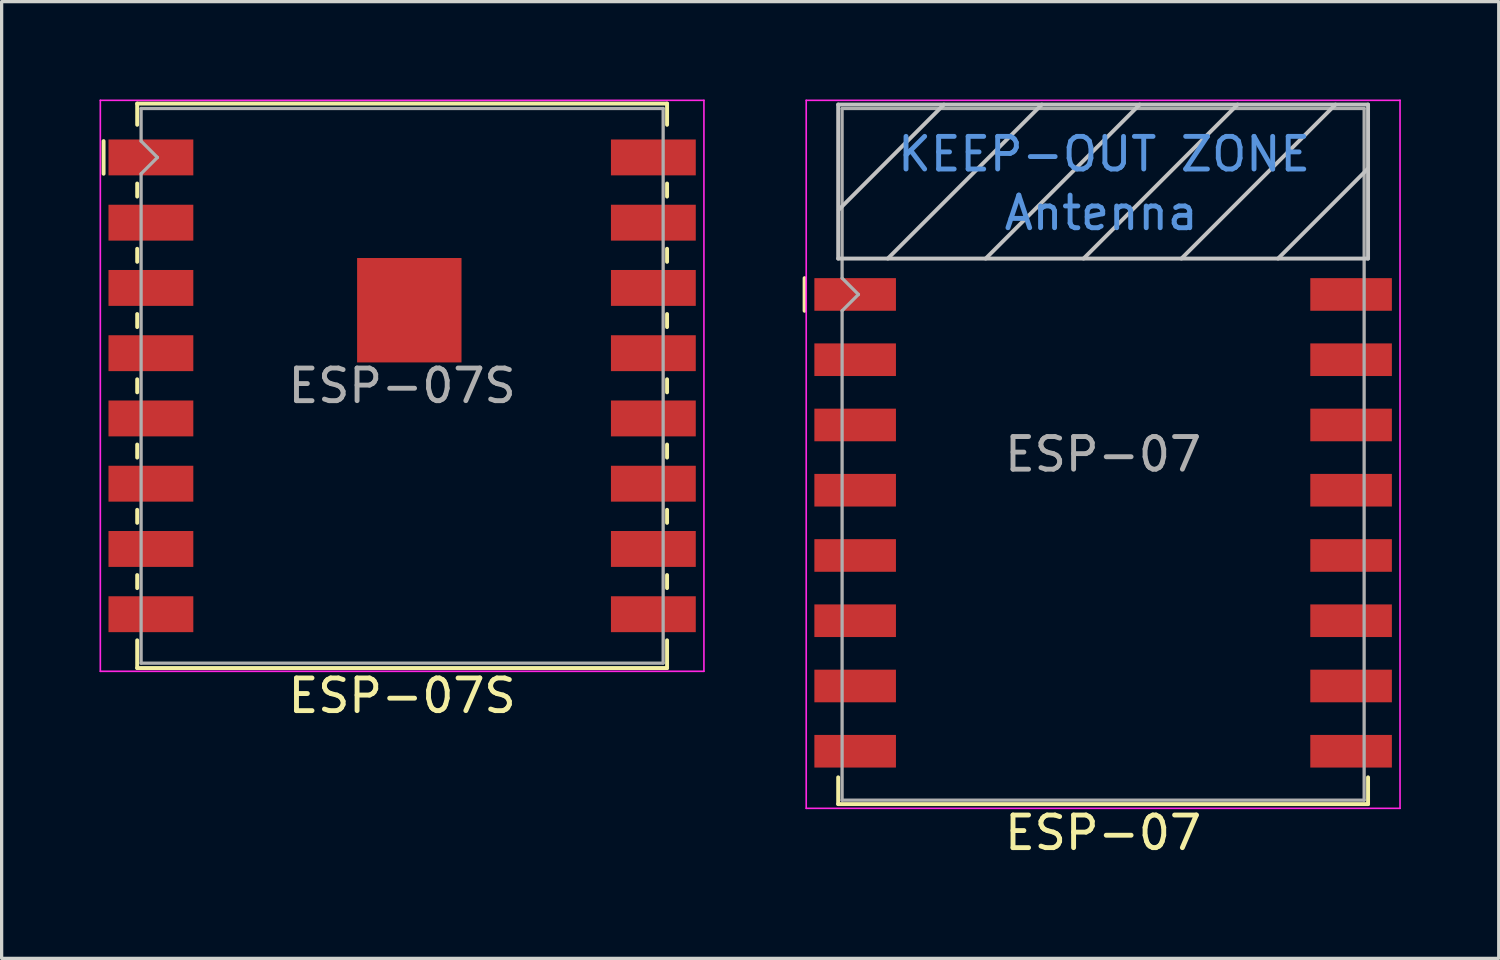
<source format=kicad_pcb>
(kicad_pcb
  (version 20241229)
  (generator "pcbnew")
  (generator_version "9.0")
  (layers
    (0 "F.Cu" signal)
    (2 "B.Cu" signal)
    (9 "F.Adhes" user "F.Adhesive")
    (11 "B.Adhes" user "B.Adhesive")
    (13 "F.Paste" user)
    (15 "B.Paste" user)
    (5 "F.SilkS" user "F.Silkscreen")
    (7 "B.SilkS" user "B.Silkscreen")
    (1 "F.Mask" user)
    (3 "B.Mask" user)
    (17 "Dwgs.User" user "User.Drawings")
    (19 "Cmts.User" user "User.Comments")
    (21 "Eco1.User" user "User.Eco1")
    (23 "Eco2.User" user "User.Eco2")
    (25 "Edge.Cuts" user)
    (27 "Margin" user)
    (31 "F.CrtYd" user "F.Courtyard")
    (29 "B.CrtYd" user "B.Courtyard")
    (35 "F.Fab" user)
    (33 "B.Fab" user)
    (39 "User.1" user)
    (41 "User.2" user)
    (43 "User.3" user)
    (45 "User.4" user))
  (footprint "ESP-07S"
    (layer "F.Cu")
    (at 9.275 8.775)
    (property "Reference" "ESP-07S" (at 0 9.5 0) (layer "F.SilkS") (effects (font (size 1 1) (thickness 0.15))))
    (attr smd)
    (fp_line (start -9.15 -7.5) (end -9.15 -6.5) (stroke (width 0.12) (type solid)) (layer "F.SilkS"))
    (fp_line (start -8.12 -8.65) (end 8.12 -8.65) (stroke (width 0.12) (type solid)) (layer "F.SilkS"))
    (fp_line (start -8.12 -8) (end -8.12 -8.65) (stroke (width 0.12) (type solid)) (layer "F.SilkS"))
    (fp_line (start -8.12 -5.8) (end -8.12 -6.2) (stroke (width 0.12) (type solid)) (layer "F.SilkS"))
    (fp_line (start -8.12 -3.8) (end -8.12 -4.2) (stroke (width 0.12) (type solid)) (layer "F.SilkS"))
    (fp_line (start -8.12 -1.8) (end -8.12 -2.2) (stroke (width 0.12) (type solid)) (layer "F.SilkS"))
    (fp_line (start -8.12 0.2) (end -8.12 -0.2) (stroke (width 0.12) (type solid)) (layer "F.SilkS"))
    (fp_line (start -8.12 2.2) (end -8.12 1.8) (stroke (width 0.12) (type solid)) (layer "F.SilkS"))
    (fp_line (start -8.12 4.2) (end -8.12 3.8) (stroke (width 0.12) (type solid)) (layer "F.SilkS"))
    (fp_line (start -8.12 6.2) (end -8.12 5.8) (stroke (width 0.12) (type solid)) (layer "F.SilkS"))
    (fp_line (start -8.12 8.65) (end -8.12 7.8) (stroke (width 0.12) (type solid)) (layer "F.SilkS"))
    (fp_line (start 8.12 -8.65) (end 8.12 -8) (stroke (width 0.12) (type solid)) (layer "F.SilkS"))
    (fp_line (start 8.12 -5.8) (end 8.12 -6.2) (stroke (width 0.12) (type solid)) (layer "F.SilkS"))
    (fp_line (start 8.12 -3.8) (end 8.12 -4.2) (stroke (width 0.12) (type solid)) (layer "F.SilkS"))
    (fp_line (start 8.12 -1.8) (end 8.12 -2.2) (stroke (width 0.12) (type solid)) (layer "F.SilkS"))
    (fp_line (start 8.12 0.2) (end 8.12 -0.2) (stroke (width 0.12) (type solid)) (layer "F.SilkS"))
    (fp_line (start 8.12 2.2) (end 8.12 1.8) (stroke (width 0.12) (type solid)) (layer "F.SilkS"))
    (fp_line (start 8.12 4.2) (end 8.12 3.8) (stroke (width 0.12) (type solid)) (layer "F.SilkS"))
    (fp_line (start 8.12 6.2) (end 8.12 5.8) (stroke (width 0.12) (type solid)) (layer "F.SilkS"))
    (fp_line (start 8.12 7.8) (end 8.12 8.65) (stroke (width 0.12) (type solid)) (layer "F.SilkS"))
    (fp_line (start 8.12 8.65) (end -8.12 8.65) (stroke (width 0.12) (type solid)) (layer "F.SilkS"))
    (fp_line (start -9.25 -8.75) (end 9.25 -8.75) (stroke (width 0.05) (type solid)) (layer "F.CrtYd"))
    (fp_line (start -9.25 8.75) (end -9.25 -8.75) (stroke (width 0.05) (type solid)) (layer "F.CrtYd"))
    (fp_line (start 9.25 -8.75) (end 9.25 8.75) (stroke (width 0.05) (type solid)) (layer "F.CrtYd"))
    (fp_line (start 9.25 8.75) (end -9.25 8.75) (stroke (width 0.05) (type solid)) (layer "F.CrtYd"))
    (fp_line (start -8 -8.5) (end 8 -8.5) (stroke (width 0.1) (type solid)) (layer "F.Fab"))
    (fp_line (start -8 -7.5) (end -8 -8.5) (stroke (width 0.1) (type solid)) (layer "F.Fab"))
    (fp_line (start -8 -6.5) (end -7.5 -7) (stroke (width 0.1) (type solid)) (layer "F.Fab"))
    (fp_line (start -8 8.5) (end -8 -6.5) (stroke (width 0.1) (type solid)) (layer "F.Fab"))
    (fp_line (start -7.5 -7) (end -8 -7.5) (stroke (width 0.1) (type solid)) (layer "F.Fab"))
    (fp_line (start 8 -8.5) (end 8 8.5) (stroke (width 0.1) (type solid)) (layer "F.Fab"))
    (fp_line (start 8 8.5) (end -8 8.5) (stroke (width 0.1) (type solid)) (layer "F.Fab"))
    (fp_text user "${REFERENCE}" (at 0 0 0) (layer "F.Fab") (effects (font (size 1 1) (thickness 0.15))))
    (pad "1" smd rect (at -7.7 -7) (size 2.6 1.1) (layers "F.Cu" "F.Mask" "F.Paste"))
    (pad "2" smd rect (at -7.7 -5) (size 2.6 1.1) (layers "F.Cu" "F.Mask" "F.Paste"))
    (pad "3" smd rect (at -7.7 -3) (size 2.6 1.1) (layers "F.Cu" "F.Mask" "F.Paste"))
    (pad "4" smd rect (at -7.7 -1) (size 2.6 1.1) (layers "F.Cu" "F.Mask" "F.Paste"))
    (pad "5" smd rect (at -7.7 1) (size 2.6 1.1) (layers "F.Cu" "F.Mask" "F.Paste"))
    (pad "6" smd rect (at -7.7 3) (size 2.6 1.1) (layers "F.Cu" "F.Mask" "F.Paste"))
    (pad "7" smd rect (at -7.7 5) (size 2.6 1.1) (layers "F.Cu" "F.Mask" "F.Paste"))
    (pad "8" smd rect (at -7.7 7) (size 2.6 1.1) (layers "F.Cu" "F.Mask" "F.Paste"))
    (pad "9" smd rect (at 7.7 7) (size 2.6 1.1) (layers "F.Cu" "F.Mask" "F.Paste"))
    (pad "10" smd rect (at 7.7 5) (size 2.6 1.1) (layers "F.Cu" "F.Mask" "F.Paste"))
    (pad "11" smd rect (at 7.7 3) (size 2.6 1.1) (layers "F.Cu" "F.Mask" "F.Paste"))
    (pad "12" smd rect (at 7.7 1) (size 2.6 1.1) (layers "F.Cu" "F.Mask" "F.Paste"))
    (pad "13" smd rect (at 7.7 -1) (size 2.6 1.1) (layers "F.Cu" "F.Mask" "F.Paste"))
    (pad "14" smd rect (at 7.7 -3) (size 2.6 1.1) (layers "F.Cu" "F.Mask" "F.Paste"))
    (pad "15" smd rect (at 7.7 -5) (size 2.6 1.1) (layers "F.Cu" "F.Mask" "F.Paste"))
    (pad "16" smd rect (at 7.7 -7) (size 2.6 1.1) (layers "F.Cu" "F.Mask" "F.Paste"))
    (pad "17" smd rect (at 0.22 -2.317) (size 3.2 3.2) (layers "F.Cu" "F.Mask" "F.Paste")))
  (footprint "ESP-07"
    (layer "F.Cu")
    (at 30.76 10.875)
    (property "Reference" "ESP-07" (at 0 11.6 0) (layer "F.SilkS") (effects (font (size 1 1) (thickness 0.15))))
    (attr smd)
    (fp_line (start -9.15 -5.4) (end -9.15 -4.4) (stroke (width 0.12) (type solid)) (layer "F.SilkS"))
    (fp_line (start -8.12 10.72) (end -8.12 9.9) (stroke (width 0.12) (type solid)) (layer "F.SilkS"))
    (fp_line (start 8.12 9.9) (end 8.12 10.72) (stroke (width 0.12) (type solid)) (layer "F.SilkS"))
    (fp_line (start 8.12 10.72) (end -8.12 10.72) (stroke (width 0.12) (type solid)) (layer "F.SilkS"))
    (fp_line (start -8.12 -10.72) (end 8.12 -10.72) (stroke (width 0.12) (type solid)) (layer "Dwgs.User"))
    (fp_line (start -8.12 -6) (end -8.12 -10.72) (stroke (width 0.12) (type solid)) (layer "Dwgs.User"))
    (fp_line (start -8.1 -7.5) (end -4.88 -10.72) (stroke (width 0.12) (type solid)) (layer "Dwgs.User"))
    (fp_line (start -6.6 -6) (end -1.88 -10.72) (stroke (width 0.12) (type solid)) (layer "Dwgs.User"))
    (fp_line (start -3.6 -6) (end 1.12 -10.72) (stroke (width 0.12) (type solid)) (layer "Dwgs.User"))
    (fp_line (start -0.6 -6) (end 4.12 -10.72) (stroke (width 0.12) (type solid)) (layer "Dwgs.User"))
    (fp_line (start 2.4 -6) (end 7.12 -10.72) (stroke (width 0.12) (type solid)) (layer "Dwgs.User"))
    (fp_line (start 5.36 -6) (end 8.12 -8.76) (stroke (width 0.12) (type solid)) (layer "Dwgs.User"))
    (fp_line (start 8.12 -10.72) (end 8.12 -6) (stroke (width 0.12) (type solid)) (layer "Dwgs.User"))
    (fp_line (start 8.12 -6) (end -8.12 -6) (stroke (width 0.12) (type solid)) (layer "Dwgs.User"))
    (fp_line (start -9.1 -10.85) (end 9.1 -10.85) (stroke (width 0.05) (type solid)) (layer "F.CrtYd"))
    (fp_line (start -9.1 10.85) (end -9.1 -10.85) (stroke (width 0.05) (type solid)) (layer "F.CrtYd"))
    (fp_line (start 9.1 -10.85) (end 9.1 10.85) (stroke (width 0.05) (type solid)) (layer "F.CrtYd"))
    (fp_line (start 9.1 10.85) (end -9.1 10.85) (stroke (width 0.05) (type solid)) (layer "F.CrtYd"))
    (fp_line (start -8 -10.6) (end 8 -10.6) (stroke (width 0.1) (type solid)) (layer "F.Fab"))
    (fp_line (start -8 -5.4) (end -8 -10.6) (stroke (width 0.1) (type solid)) (layer "F.Fab"))
    (fp_line (start -8 -4.4) (end -7.5 -4.9) (stroke (width 0.1) (type solid)) (layer "F.Fab"))
    (fp_line (start -8 10.6) (end -8 -4.4) (stroke (width 0.1) (type solid)) (layer "F.Fab"))
    (fp_line (start -7.5 -4.9) (end -8 -5.4) (stroke (width 0.1) (type solid)) (layer "F.Fab"))
    (fp_line (start 8 -10.6) (end 8 10.6) (stroke (width 0.1) (type solid)) (layer "F.Fab"))
    (fp_line (start 8 10.6) (end -8 10.6) (stroke (width 0.1) (type solid)) (layer "F.Fab"))
    (fp_text user "Antenna" (at -0.06 -7.4 180) (layer "Cmts.User") (effects (font (size 1 1) (thickness 0.15))))
    (fp_text user "KEEP-OUT ZONE" (at 0.03 -9.2 180) (layer "Cmts.User") (effects (font (size 1 1) (thickness 0.15))))
    (fp_text user "${REFERENCE}" (at 0 0 0) (layer "F.Fab") (effects (font (size 1 1) (thickness 0.15))))
    (pad "1" smd rect (at -7.6 -4.9) (size 2.5 1) (layers "F.Cu" "F.Mask" "F.Paste"))
    (pad "2" smd rect (at -7.6 -2.9) (size 2.5 1) (layers "F.Cu" "F.Mask" "F.Paste"))
    (pad "3" smd rect (at -7.6 -0.9) (size 2.5 1) (layers "F.Cu" "F.Mask" "F.Paste"))
    (pad "4" smd rect (at -7.6 1.1) (size 2.5 1) (layers "F.Cu" "F.Mask" "F.Paste"))
    (pad "5" smd rect (at -7.6 3.1) (size 2.5 1) (layers "F.Cu" "F.Mask" "F.Paste"))
    (pad "6" smd rect (at -7.6 5.1) (size 2.5 1) (layers "F.Cu" "F.Mask" "F.Paste"))
    (pad "7" smd rect (at -7.6 7.1) (size 2.5 1) (layers "F.Cu" "F.Mask" "F.Paste"))
    (pad "8" smd rect (at -7.6 9.1) (size 2.5 1) (layers "F.Cu" "F.Mask" "F.Paste"))
    (pad "9" smd rect (at 7.6 9.1) (size 2.5 1) (layers "F.Cu" "F.Mask" "F.Paste"))
    (pad "10" smd rect (at 7.6 7.1) (size 2.5 1) (layers "F.Cu" "F.Mask" "F.Paste"))
    (pad "11" smd rect (at 7.6 5.1) (size 2.5 1) (layers "F.Cu" "F.Mask" "F.Paste"))
    (pad "12" smd rect (at 7.6 3.1) (size 2.5 1) (layers "F.Cu" "F.Mask" "F.Paste"))
    (pad "13" smd rect (at 7.6 1.1) (size 2.5 1) (layers "F.Cu" "F.Mask" "F.Paste"))
    (pad "14" smd rect (at 7.6 -0.9) (size 2.5 1) (layers "F.Cu" "F.Mask" "F.Paste"))
    (pad "15" smd rect (at 7.6 -2.9) (size 2.5 1) (layers "F.Cu" "F.Mask" "F.Paste"))
    (pad "16" smd rect (at 7.6 -4.9) (size 2.5 1) (layers "F.Cu" "F.Mask" "F.Paste")))
  (gr_rect
    (start -3 -3)
    (end 42.885 26.323)
    (stroke (width 0.1) (type default))
    (fill no)
    (layer "Edge.Cuts")))
</source>
